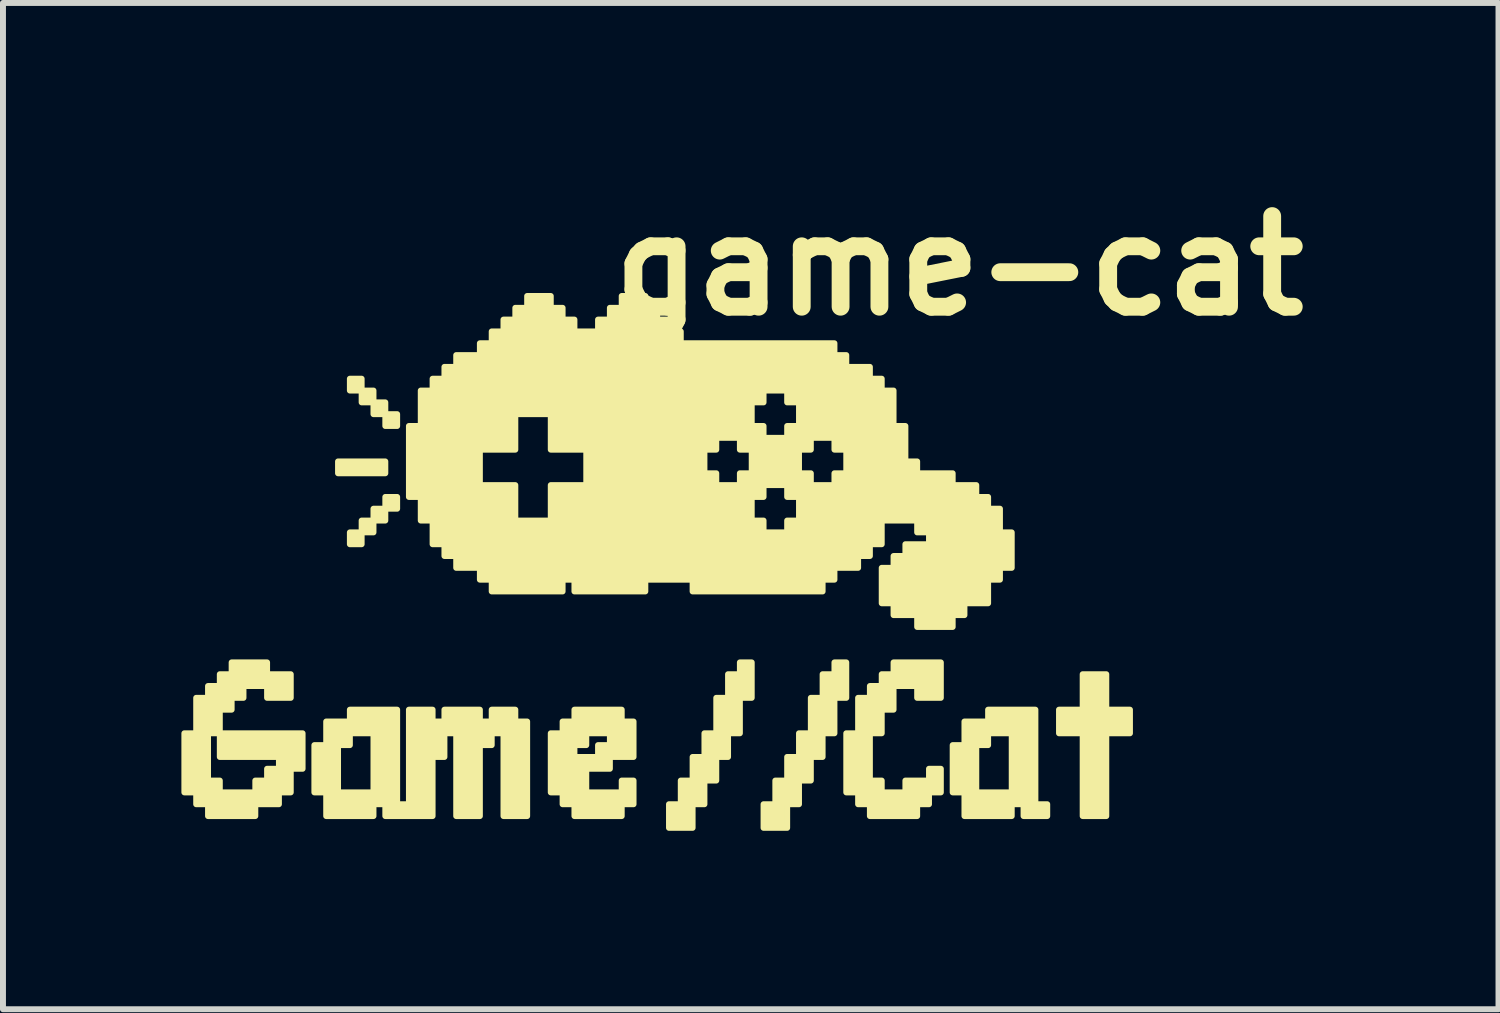
<source format=kicad_pcb>
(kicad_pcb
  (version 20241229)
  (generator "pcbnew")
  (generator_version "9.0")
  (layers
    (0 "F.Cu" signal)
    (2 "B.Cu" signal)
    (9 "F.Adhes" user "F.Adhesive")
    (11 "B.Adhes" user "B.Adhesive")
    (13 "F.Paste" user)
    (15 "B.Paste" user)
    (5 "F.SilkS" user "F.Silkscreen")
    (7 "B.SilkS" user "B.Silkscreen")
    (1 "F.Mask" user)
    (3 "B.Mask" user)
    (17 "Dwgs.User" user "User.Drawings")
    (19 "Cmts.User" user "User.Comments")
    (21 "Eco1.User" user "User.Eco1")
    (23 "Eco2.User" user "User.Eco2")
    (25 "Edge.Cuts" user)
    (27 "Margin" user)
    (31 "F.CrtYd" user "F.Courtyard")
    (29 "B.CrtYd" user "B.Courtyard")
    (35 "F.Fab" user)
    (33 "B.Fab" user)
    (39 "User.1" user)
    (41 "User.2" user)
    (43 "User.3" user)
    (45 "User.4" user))
  (footprint "game-cat"
    (layer "F.Cu")
    (at 8 6.498)
    (property "Reference" "game-cat" (at 5.08 -5.08 0) (layer "F.SilkS") (effects (font (size 1.524 1.524) (thickness 0.3))))
    (attr through_hole)
    (fp_poly (pts (xy -4.969 -2.981) (xy -5.068 -2.981) (xy -5.167 -2.981) (xy -5.167 -3.081) (xy -5.167 -3.18) (xy -5.068 -3.18) (xy -4.969 -3.18) (xy -4.969 -3.081) (xy -4.969 -2.981)) (stroke (width 0.1) (type solid)) (fill yes) (layer "F.SilkS"))
    (fp_poly (pts (xy -4.969 -0.397) (xy -5.068 -0.397) (xy -5.167 -0.397) (xy -5.167 -0.497) (xy -5.167 -0.596) (xy -5.068 -0.596) (xy -4.969 -0.596) (xy -4.969 -0.497) (xy -4.969 -0.397)) (stroke (width 0.1) (type solid)) (fill yes) (layer "F.SilkS"))
    (fp_poly (pts (xy -4.77 -2.782) (xy -4.869 -2.782) (xy -4.969 -2.782) (xy -4.969 -2.882) (xy -4.969 -2.981) (xy -4.869 -2.981) (xy -4.77 -2.981) (xy -4.77 -2.882) (xy -4.77 -2.782)) (stroke (width 0.1) (type solid)) (fill yes) (layer "F.SilkS"))
    (fp_poly (pts (xy -4.77 -0.596) (xy -4.869 -0.596) (xy -4.969 -0.596) (xy -4.969 -0.696) (xy -4.969 -0.795) (xy -4.869 -0.795) (xy -4.77 -0.795) (xy -4.77 -0.696) (xy -4.77 -0.596)) (stroke (width 0.1) (type solid)) (fill yes) (layer "F.SilkS"))
    (fp_poly (pts (xy -4.571 -2.584) (xy -4.671 -2.584) (xy -4.77 -2.584) (xy -4.77 -2.683) (xy -4.77 -2.782) (xy -4.671 -2.782) (xy -4.571 -2.782) (xy -4.571 -2.683) (xy -4.571 -2.584)) (stroke (width 0.1) (type solid)) (fill yes) (layer "F.SilkS"))
    (fp_poly (pts (xy -4.571 -1.59) (xy -4.969 -1.59) (xy -5.366 -1.59) (xy -5.366 -1.689) (xy -5.366 -1.789) (xy -4.969 -1.789) (xy -4.571 -1.789) (xy -4.571 -1.689) (xy -4.571 -1.59)) (stroke (width 0.1) (type solid)) (fill yes) (layer "F.SilkS"))
    (fp_poly (pts (xy -4.571 -0.795) (xy -4.671 -0.795) (xy -4.77 -0.795) (xy -4.77 -0.894) (xy -4.77 -0.994) (xy -4.671 -0.994) (xy -4.571 -0.994) (xy -4.571 -0.894) (xy -4.571 -0.795)) (stroke (width 0.1) (type solid)) (fill yes) (layer "F.SilkS"))
    (fp_poly (pts (xy -4.372 -2.385) (xy -4.472 -2.385) (xy -4.571 -2.385) (xy -4.571 -2.484) (xy -4.571 -2.584) (xy -4.472 -2.584) (xy -4.372 -2.584) (xy -4.372 -2.484) (xy -4.372 -2.385)) (stroke (width 0.1) (type solid)) (fill yes) (layer "F.SilkS"))
    (fp_poly (pts (xy -4.372 -0.994) (xy -4.472 -0.994) (xy -4.571 -0.994) (xy -4.571 -1.093) (xy -4.571 -1.192) (xy -4.472 -1.192) (xy -4.372 -1.192) (xy -4.372 -1.093) (xy -4.372 -0.994)) (stroke (width 0.1) (type solid)) (fill yes) (layer "F.SilkS"))
    (fp_poly (pts (xy 7.95 2.782) (xy 7.751 2.782) (xy 7.552 2.782) (xy 7.552 3.478) (xy 7.552 4.174) (xy 7.354 4.174) (xy 7.155 4.174) (xy 7.155 3.478) (xy 7.155 2.782) (xy 6.956 2.782) (xy 6.757 2.782) (xy 6.757 2.584) (xy 6.757 2.385) (xy 6.956 2.385) (xy 7.155 2.385) (xy 7.155 2.087) (xy 7.155 1.789) (xy 7.354 1.789) (xy 7.552 1.789) (xy 7.552 2.087) (xy 7.552 2.385) (xy 7.751 2.385) (xy 7.95 2.385) (xy 7.95 2.584) (xy 7.95 2.782)) (stroke (width 0.1) (type solid)) (fill yes) (layer "F.SilkS"))
    (fp_poly (pts (xy 6.559 4.174) (xy 6.36 4.174) (xy 6.161 4.174) (xy 6.161 4.074) (xy 6.161 3.975) (xy 6.062 3.975) (xy 5.962 3.975) (xy 5.962 3.776) (xy 5.962 3.279) (xy 5.962 2.782) (xy 5.764 2.782) (xy 5.565 2.782) (xy 5.565 2.882) (xy 5.565 2.981) (xy 5.466 2.981) (xy 5.366 2.981) (xy 5.366 3.379) (xy 5.366 3.776) (xy 5.664 3.776) (xy 5.962 3.776) (xy 5.962 3.975) (xy 5.962 4.074) (xy 5.962 4.174) (xy 5.565 4.174) (xy 5.167 4.174) (xy 5.167 3.975) (xy 5.167 3.776) (xy 5.068 3.776) (xy 4.969 3.776) (xy 4.969 3.379) (xy 4.969 2.981) (xy 5.068 2.981) (xy 5.167 2.981) (xy 5.167 2.782) (xy 5.167 2.584) (xy 5.366 2.584) (xy 5.565 2.584) (xy 5.565 2.484) (xy 5.565 2.385) (xy 5.962 2.385) (xy 6.36 2.385) (xy 6.36 3.18) (xy 6.36 3.975) (xy 6.459 3.975) (xy 6.559 3.975) (xy 6.559 4.074) (xy 6.559 4.174)) (stroke (width 0.1) (type solid)) (fill yes) (layer "F.SilkS"))
    (fp_poly (pts (xy 1.59 2.186) (xy 1.491 2.186) (xy 1.391 2.186) (xy 1.391 2.484) (xy 1.391 2.782) (xy 1.292 2.782) (xy 1.192 2.782) (xy 1.192 2.981) (xy 1.192 3.18) (xy 1.093 3.18) (xy 0.994 3.18) (xy 0.994 3.379) (xy 0.994 3.577) (xy 0.894 3.577) (xy 0.795 3.577) (xy 0.795 3.776) (xy 0.795 3.975) (xy 0.696 3.975) (xy 0.596 3.975) (xy 0.596 4.174) (xy 0.596 4.372) (xy 0.397 4.372) (xy 0.199 4.372) (xy 0.199 4.174) (xy 0.199 3.975) (xy 0.298 3.975) (xy 0.397 3.975) (xy 0.397 3.776) (xy 0.397 3.577) (xy 0.497 3.577) (xy 0.596 3.577) (xy 0.596 3.379) (xy 0.596 3.18) (xy 0.696 3.18) (xy 0.795 3.18) (xy 0.795 2.981) (xy 0.795 2.782) (xy 0.894 2.782) (xy 0.994 2.782) (xy 0.994 2.484) (xy 0.994 2.186) (xy 1.093 2.186) (xy 1.192 2.186) (xy 1.192 1.987) (xy 1.192 1.789) (xy 1.292 1.789) (xy 1.391 1.789) (xy 1.391 1.689) (xy 1.391 1.59) (xy 1.491 1.59) (xy 1.59 1.59) (xy 1.59 1.888) (xy 1.59 2.186)) (stroke (width 0.1) (type solid)) (fill yes) (layer "F.SilkS"))
    (fp_poly (pts (xy 3.18 2.186) (xy 3.081 2.186) (xy 2.981 2.186) (xy 2.981 2.484) (xy 2.981 2.782) (xy 2.882 2.782) (xy 2.782 2.782) (xy 2.782 2.981) (xy 2.782 3.18) (xy 2.683 3.18) (xy 2.584 3.18) (xy 2.584 3.379) (xy 2.584 3.577) (xy 2.484 3.577) (xy 2.385 3.577) (xy 2.385 3.776) (xy 2.385 3.975) (xy 2.286 3.975) (xy 2.186 3.975) (xy 2.186 4.174) (xy 2.186 4.372) (xy 1.987 4.372) (xy 1.789 4.372) (xy 1.789 4.174) (xy 1.789 3.975) (xy 1.888 3.975) (xy 1.987 3.975) (xy 1.987 3.776) (xy 1.987 3.577) (xy 2.087 3.577) (xy 2.186 3.577) (xy 2.186 3.379) (xy 2.186 3.18) (xy 2.286 3.18) (xy 2.385 3.18) (xy 2.385 2.981) (xy 2.385 2.782) (xy 2.484 2.782) (xy 2.584 2.782) (xy 2.584 2.484) (xy 2.584 2.186) (xy 2.683 2.186) (xy 2.782 2.186) (xy 2.782 1.987) (xy 2.782 1.789) (xy 2.882 1.789) (xy 2.981 1.789) (xy 2.981 1.689) (xy 2.981 1.59) (xy 3.081 1.59) (xy 3.18 1.59) (xy 3.18 1.888) (xy 3.18 2.186)) (stroke (width 0.1) (type solid)) (fill yes) (layer "F.SilkS"))
    (fp_poly (pts (xy -0.397 3.975) (xy -0.497 3.975) (xy -0.596 3.975) (xy -0.596 4.074) (xy -0.596 4.174) (xy -0.994 4.174) (xy -1.391 4.174) (xy -1.391 4.074) (xy -1.391 3.975) (xy -1.491 3.975) (xy -1.59 3.975) (xy -1.59 3.876) (xy -1.59 3.776) (xy -1.689 3.776) (xy -1.789 3.776) (xy -1.789 3.279) (xy -1.789 2.782) (xy -1.689 2.782) (xy -1.59 2.782) (xy -1.59 2.683) (xy -1.59 2.584) (xy -1.491 2.584) (xy -1.391 2.584) (xy -1.391 2.484) (xy -1.391 2.385) (xy -0.994 2.385) (xy -0.596 2.385) (xy -0.596 2.484) (xy -0.596 2.584) (xy -0.497 2.584) (xy -0.397 2.584) (xy -0.397 2.882) (xy -0.397 3.18) (xy -0.596 3.18) (xy -0.795 3.18) (xy -0.795 2.981) (xy -0.795 2.882) (xy -0.795 2.782) (xy -0.994 2.782) (xy -1.192 2.782) (xy -1.192 2.882) (xy -1.192 2.981) (xy -1.292 2.981) (xy -1.391 2.981) (xy -1.391 3.081) (xy -1.391 3.18) (xy -1.192 3.18) (xy -0.994 3.18) (xy -0.994 3.081) (xy -0.994 2.981) (xy -0.894 2.981) (xy -0.795 2.981) (xy -0.795 3.18) (xy -0.795 3.279) (xy -0.795 3.379) (xy -0.994 3.379) (xy -1.192 3.379) (xy -1.192 3.577) (xy -1.192 3.776) (xy -0.894 3.776) (xy -0.596 3.776) (xy -0.596 3.677) (xy -0.596 3.577) (xy -0.497 3.577) (xy -0.397 3.577) (xy -0.397 3.776) (xy -0.397 3.975)) (stroke (width 0.1) (type solid)) (fill yes) (layer "F.SilkS"))
    (fp_poly (pts (xy 4.77 3.776) (xy 4.671 3.776) (xy 4.571 3.776) (xy 4.571 3.876) (xy 4.571 3.975) (xy 4.472 3.975) (xy 4.372 3.975) (xy 4.372 4.074) (xy 4.372 4.174) (xy 3.975 4.174) (xy 3.577 4.174) (xy 3.577 4.074) (xy 3.577 3.975) (xy 3.478 3.975) (xy 3.379 3.975) (xy 3.379 3.876) (xy 3.379 3.776) (xy 3.279 3.776) (xy 3.18 3.776) (xy 3.18 3.279) (xy 3.18 2.782) (xy 3.279 2.782) (xy 3.379 2.782) (xy 3.379 2.484) (xy 3.379 2.186) (xy 3.478 2.186) (xy 3.577 2.186) (xy 3.577 2.087) (xy 3.577 1.987) (xy 3.677 1.987) (xy 3.776 1.987) (xy 3.776 1.888) (xy 3.776 1.789) (xy 3.876 1.789) (xy 3.975 1.789) (xy 3.975 1.689) (xy 3.975 1.59) (xy 4.372 1.59) (xy 4.77 1.59) (xy 4.77 1.888) (xy 4.77 2.186) (xy 4.571 2.186) (xy 4.372 2.186) (xy 4.372 2.087) (xy 4.372 1.987) (xy 4.174 1.987) (xy 3.975 1.987) (xy 3.975 2.186) (xy 3.975 2.385) (xy 3.876 2.385) (xy 3.776 2.385) (xy 3.776 2.584) (xy 3.776 2.782) (xy 3.677 2.782) (xy 3.577 2.782) (xy 3.577 3.18) (xy 3.577 3.577) (xy 3.677 3.577) (xy 3.776 3.577) (xy 3.776 3.677) (xy 3.776 3.776) (xy 3.975 3.776) (xy 4.174 3.776) (xy 4.174 3.677) (xy 4.174 3.577) (xy 4.372 3.577) (xy 4.571 3.577) (xy 4.571 3.478) (xy 4.571 3.379) (xy 4.671 3.379) (xy 4.77 3.379) (xy 4.77 3.577) (xy 4.77 3.776)) (stroke (width 0.1) (type solid)) (fill yes) (layer "F.SilkS"))
    (fp_poly (pts (xy -5.962 3.379) (xy -6.062 3.379) (xy -6.161 3.379) (xy -6.161 3.577) (xy -6.161 3.776) (xy -6.261 3.776) (xy -6.36 3.776) (xy -6.36 3.876) (xy -6.36 3.975) (xy -6.559 3.975) (xy -6.757 3.975) (xy -6.757 4.074) (xy -6.757 4.174) (xy -7.155 4.174) (xy -7.552 4.174) (xy -7.552 4.074) (xy -7.552 3.975) (xy -7.652 3.975) (xy -7.751 3.975) (xy -7.751 3.876) (xy -7.751 3.776) (xy -7.851 3.776) (xy -7.95 3.776) (xy -7.95 3.279) (xy -7.95 2.782) (xy -7.851 2.782) (xy -7.751 2.782) (xy -7.751 2.484) (xy -7.751 2.186) (xy -7.652 2.186) (xy -7.552 2.186) (xy -7.552 2.087) (xy -7.552 1.987) (xy -7.453 1.987) (xy -7.354 1.987) (xy -7.354 1.888) (xy -7.354 1.789) (xy -7.254 1.789) (xy -7.155 1.789) (xy -7.155 1.689) (xy -7.155 1.59) (xy -6.857 1.59) (xy -6.559 1.59) (xy -6.559 1.689) (xy -6.559 1.789) (xy -6.36 1.789) (xy -6.161 1.789) (xy -6.161 1.987) (xy -6.161 2.186) (xy -6.36 2.186) (xy -6.559 2.186) (xy -6.559 2.087) (xy -6.559 1.987) (xy -6.757 1.987) (xy -6.956 1.987) (xy -6.956 2.087) (xy -6.956 2.186) (xy -7.056 2.186) (xy -7.155 2.186) (xy -7.155 2.286) (xy -7.155 2.385) (xy -7.254 2.385) (xy -7.354 2.385) (xy -7.354 2.584) (xy -7.354 2.782) (xy -7.453 2.782) (xy -7.552 2.782) (xy -7.552 3.18) (xy -7.552 3.577) (xy -7.453 3.577) (xy -7.354 3.577) (xy -7.354 3.677) (xy -7.354 3.776) (xy -7.056 3.776) (xy -6.757 3.776) (xy -6.757 3.677) (xy -6.757 3.577) (xy -6.658 3.577) (xy -6.559 3.577) (xy -6.559 3.478) (xy -6.559 3.379) (xy -6.459 3.379) (xy -6.36 3.379) (xy -6.36 3.279) (xy -6.36 3.18) (xy -6.857 3.18) (xy -7.354 3.18) (xy -7.354 2.981) (xy -7.354 2.782) (xy -6.658 2.782) (xy -5.962 2.782) (xy -5.962 3.081) (xy -5.962 3.379)) (stroke (width 0.1) (type solid)) (fill yes) (layer "F.SilkS"))
    (fp_poly (pts (xy -2.186 4.174) (xy -2.385 4.174) (xy -2.584 4.174) (xy -2.584 3.478) (xy -2.584 2.782) (xy -2.683 2.782) (xy -2.782 2.782) (xy -2.782 2.882) (xy -2.782 2.981) (xy -2.882 2.981) (xy -2.981 2.981) (xy -2.981 3.577) (xy -2.981 4.174) (xy -3.18 4.174) (xy -3.379 4.174) (xy -3.379 3.478) (xy -3.379 2.782) (xy -3.478 2.782) (xy -3.577 2.782) (xy -3.577 2.981) (xy -3.577 3.18) (xy -3.677 3.18) (xy -3.776 3.18) (xy -3.776 3.677) (xy -3.776 4.174) (xy -4.174 4.174) (xy -4.571 4.174) (xy -4.571 4.074) (xy -4.571 3.975) (xy -4.671 3.975) (xy -4.77 3.975) (xy -4.77 3.776) (xy -4.77 3.279) (xy -4.77 2.782) (xy -4.969 2.782) (xy -5.167 2.782) (xy -5.167 2.882) (xy -5.167 2.981) (xy -5.267 2.981) (xy -5.366 2.981) (xy -5.366 3.379) (xy -5.366 3.776) (xy -5.068 3.776) (xy -4.77 3.776) (xy -4.77 3.975) (xy -4.77 4.074) (xy -4.77 4.174) (xy -5.167 4.174) (xy -5.565 4.174) (xy -5.565 3.975) (xy -5.565 3.776) (xy -5.664 3.776) (xy -5.764 3.776) (xy -5.764 3.379) (xy -5.764 2.981) (xy -5.664 2.981) (xy -5.565 2.981) (xy -5.565 2.782) (xy -5.565 2.584) (xy -5.366 2.584) (xy -5.167 2.584) (xy -5.167 2.484) (xy -5.167 2.385) (xy -4.77 2.385) (xy -4.372 2.385) (xy -4.372 3.18) (xy -4.372 3.975) (xy -4.273 3.975) (xy -4.174 3.975) (xy -4.174 3.18) (xy -4.174 2.385) (xy -3.975 2.385) (xy -3.776 2.385) (xy -3.776 2.484) (xy -3.776 2.584) (xy -3.677 2.584) (xy -3.577 2.584) (xy -3.577 2.484) (xy -3.577 2.385) (xy -3.279 2.385) (xy -2.981 2.385) (xy -2.981 2.484) (xy -2.981 2.584) (xy -2.882 2.584) (xy -2.782 2.584) (xy -2.782 2.484) (xy -2.782 2.385) (xy -2.584 2.385) (xy -2.385 2.385) (xy -2.385 2.484) (xy -2.385 2.584) (xy -2.286 2.584) (xy -2.186 2.584) (xy -2.186 3.379) (xy -2.186 4.174)) (stroke (width 0.1) (type solid)) (fill yes) (layer "F.SilkS"))
    (fp_poly (pts (xy 5.962 0) (xy 5.863 0) (xy 5.764 0) (xy 5.764 0.099) (xy 5.764 0.199) (xy 5.664 0.199) (xy 5.565 0.199) (xy 5.565 0.397) (xy 5.565 0.596) (xy 5.366 0.596) (xy 5.167 0.596) (xy 5.167 0.696) (xy 5.167 0.795) (xy 5.068 0.795) (xy 4.969 0.795) (xy 4.969 0.894) (xy 4.969 0.994) (xy 4.671 0.994) (xy 4.372 0.994) (xy 4.372 0.894) (xy 4.372 0.795) (xy 4.174 0.795) (xy 3.975 0.795) (xy 3.975 0.696) (xy 3.975 0.596) (xy 3.876 0.596) (xy 3.776 0.596) (xy 3.776 0.298) (xy 3.776 0) (xy 3.876 0) (xy 3.975 0) (xy 3.975 -0.099) (xy 3.975 -0.199) (xy 4.074 -0.199) (xy 4.174 -0.199) (xy 4.174 -0.298) (xy 4.174 -0.397) (xy 4.372 -0.397) (xy 4.571 -0.397) (xy 4.571 -0.497) (xy 4.571 -0.596) (xy 4.472 -0.596) (xy 4.372 -0.596) (xy 4.372 -0.696) (xy 4.372 -0.795) (xy 4.074 -0.795) (xy 3.776 -0.795) (xy 3.776 -0.596) (xy 3.776 -0.397) (xy 3.677 -0.397) (xy 3.577 -0.397) (xy 3.577 -0.298) (xy 3.577 -0.199) (xy 3.478 -0.199) (xy 3.379 -0.199) (xy 3.379 -0.099) (xy 3.379 0) (xy 3.18 0) (xy 3.18 -1.59) (xy 3.18 -1.789) (xy 3.18 -1.987) (xy 3.081 -1.987) (xy 2.981 -1.987) (xy 2.981 -2.087) (xy 2.981 -2.186) (xy 2.782 -2.186) (xy 2.584 -2.186) (xy 2.584 -2.087) (xy 2.584 -1.987) (xy 2.484 -1.987) (xy 2.385 -1.987) (xy 2.385 -2.385) (xy 2.385 -2.584) (xy 2.385 -2.782) (xy 2.286 -2.782) (xy 2.186 -2.782) (xy 2.186 -2.882) (xy 2.186 -2.981) (xy 1.987 -2.981) (xy 1.789 -2.981) (xy 1.789 -2.882) (xy 1.789 -2.782) (xy 1.689 -2.782) (xy 1.59 -2.782) (xy 1.59 -2.584) (xy 1.59 -2.385) (xy 1.689 -2.385) (xy 1.789 -2.385) (xy 1.789 -2.286) (xy 1.789 -2.186) (xy 1.987 -2.186) (xy 2.186 -2.186) (xy 2.186 -2.286) (xy 2.186 -2.385) (xy 2.286 -2.385) (xy 2.385 -2.385) (xy 2.385 -1.987) (xy 2.385 -1.789) (xy 2.385 -1.59) (xy 2.484 -1.59) (xy 2.584 -1.59) (xy 2.584 -1.491) (xy 2.584 -1.391) (xy 2.782 -1.391) (xy 2.981 -1.391) (xy 2.981 -1.491) (xy 2.981 -1.59) (xy 3.081 -1.59) (xy 3.18 -1.59) (xy 3.18 0) (xy 2.981 0) (xy 2.981 0.099) (xy 2.981 0.199) (xy 2.882 0.199) (xy 2.782 0.199) (xy 2.782 0.298) (xy 2.782 0.397) (xy 2.385 0.397) (xy 2.385 -0.795) (xy 2.385 -0.994) (xy 2.385 -1.192) (xy 2.286 -1.192) (xy 2.186 -1.192) (xy 2.186 -1.292) (xy 2.186 -1.391) (xy 1.987 -1.391) (xy 1.789 -1.391) (xy 1.789 -1.292) (xy 1.789 -1.192) (xy 1.689 -1.192) (xy 1.59 -1.192) (xy 1.59 -1.59) (xy 1.59 -1.789) (xy 1.59 -1.987) (xy 1.491 -1.987) (xy 1.391 -1.987) (xy 1.391 -2.087) (xy 1.391 -2.186) (xy 1.192 -2.186) (xy 0.994 -2.186) (xy 0.994 -2.087) (xy 0.994 -1.987) (xy 0.894 -1.987) (xy 0.795 -1.987) (xy 0.795 -1.789) (xy 0.795 -1.59) (xy 0.894 -1.59) (xy 0.994 -1.59) (xy 0.994 -1.491) (xy 0.994 -1.391) (xy 1.192 -1.391) (xy 1.391 -1.391) (xy 1.391 -1.491) (xy 1.391 -1.59) (xy 1.491 -1.59) (xy 1.59 -1.59) (xy 1.59 -1.192) (xy 1.59 -0.994) (xy 1.59 -0.795) (xy 1.689 -0.795) (xy 1.789 -0.795) (xy 1.789 -0.696) (xy 1.789 -0.596) (xy 1.987 -0.596) (xy 2.186 -0.596) (xy 2.186 -0.696) (xy 2.186 -0.795) (xy 2.286 -0.795) (xy 2.385 -0.795) (xy 2.385 0.397) (xy 1.689 0.397) (xy 0.596 0.397) (xy 0.596 0.298) (xy 0.596 0.199) (xy 0.199 0.199) (xy -0.199 0.199) (xy -0.199 0.298) (xy -0.199 0.397) (xy -0.795 0.397) (xy -1.192 0.397) (xy -1.192 -1.391) (xy -1.192 -1.689) (xy -1.192 -1.987) (xy -1.491 -1.987) (xy -1.789 -1.987) (xy -1.789 -2.286) (xy -1.789 -2.584) (xy -2.087 -2.584) (xy -2.385 -2.584) (xy -2.385 -2.286) (xy -2.385 -1.987) (xy -2.683 -1.987) (xy -2.981 -1.987) (xy -2.981 -1.689) (xy -2.981 -1.391) (xy -2.683 -1.391) (xy -2.385 -1.391) (xy -2.385 -1.093) (xy -2.385 -0.795) (xy -2.087 -0.795) (xy -1.789 -0.795) (xy -1.789 -1.093) (xy -1.789 -1.391) (xy -1.491 -1.391) (xy -1.192 -1.391) (xy -1.192 0.397) (xy -1.391 0.397) (xy -1.391 0.298) (xy -1.391 0.199) (xy -1.491 0.199) (xy -1.59 0.199) (xy -1.59 0.298) (xy -1.59 0.397) (xy -2.186 0.397) (xy -2.782 0.397) (xy -2.782 0.298) (xy -2.782 0.199) (xy -2.882 0.199) (xy -2.981 0.199) (xy -2.981 0.099) (xy -2.981 0) (xy -3.18 0) (xy -3.379 0) (xy -3.379 -0.099) (xy -3.379 -0.199) (xy -3.478 -0.199) (xy -3.577 -0.199) (xy -3.577 -0.298) (xy -3.577 -0.397) (xy -3.677 -0.397) (xy -3.776 -0.397) (xy -3.776 -0.596) (xy -3.776 -0.795) (xy -3.876 -0.795) (xy -3.975 -0.795) (xy -3.975 -0.994) (xy -3.975 -1.192) (xy -4.074 -1.192) (xy -4.174 -1.192) (xy -4.174 -1.789) (xy -4.174 -2.385) (xy -4.074 -2.385) (xy -3.975 -2.385) (xy -3.975 -2.683) (xy -3.975 -2.981) (xy -3.876 -2.981) (xy -3.776 -2.981) (xy -3.776 -3.081) (xy -3.776 -3.18) (xy -3.677 -3.18) (xy -3.577 -3.18) (xy -3.577 -3.279) (xy -3.577 -3.379) (xy -3.478 -3.379) (xy -3.379 -3.379) (xy -3.379 -3.478) (xy -3.379 -3.577) (xy -3.18 -3.577) (xy -2.981 -3.577) (xy -2.981 -3.677) (xy -2.981 -3.776) (xy -2.882 -3.776) (xy -2.782 -3.776) (xy -2.782 -3.876) (xy -2.782 -3.975) (xy -2.683 -3.975) (xy -2.584 -3.975) (xy -2.584 -4.074) (xy -2.584 -4.174) (xy -2.484 -4.174) (xy -2.385 -4.174) (xy -2.385 -4.273) (xy -2.385 -4.372) (xy -2.286 -4.372) (xy -2.186 -4.372) (xy -2.186 -4.472) (xy -2.186 -4.571) (xy -1.987 -4.571) (xy -1.789 -4.571) (xy -1.789 -4.472) (xy -1.789 -4.372) (xy -1.689 -4.372) (xy -1.59 -4.372) (xy -1.59 -4.273) (xy -1.59 -4.174) (xy -1.491 -4.174) (xy -1.391 -4.174) (xy -1.391 -4.074) (xy -1.391 -3.975) (xy -1.192 -3.975) (xy -0.994 -3.975) (xy -0.994 -4.074) (xy -0.994 -4.174) (xy -0.894 -4.174) (xy -0.795 -4.174) (xy -0.795 -4.273) (xy -0.795 -4.372) (xy -0.696 -4.372) (xy -0.596 -4.372) (xy -0.596 -4.472) (xy -0.596 -4.571) (xy -0.397 -4.571) (xy -0.199 -4.571) (xy -0.199 -4.472) (xy -0.199 -4.372) (xy -0.099 -4.372) (xy 0 -4.372) (xy 0 -4.273) (xy 0 -4.174) (xy 0.099 -4.174) (xy 0.199 -4.174) (xy 0.199 -4.074) (xy 0.199 -3.975) (xy 0.298 -3.975) (xy 0.397 -3.975) (xy 0.397 -3.876) (xy 0.397 -3.776) (xy 1.689 -3.776) (xy 2.981 -3.776) (xy 2.981 -3.677) (xy 2.981 -3.577) (xy 3.081 -3.577) (xy 3.18 -3.577) (xy 3.18 -3.478) (xy 3.18 -3.379) (xy 3.379 -3.379) (xy 3.577 -3.379) (xy 3.577 -3.279) (xy 3.577 -3.18) (xy 3.677 -3.18) (xy 3.776 -3.18) (xy 3.776 -3.081) (xy 3.776 -2.981) (xy 3.876 -2.981) (xy 3.975 -2.981) (xy 3.975 -2.683) (xy 3.975 -2.385) (xy 4.074 -2.385) (xy 4.174 -2.385) (xy 4.174 -2.087) (xy 4.174 -1.789) (xy 4.273 -1.789) (xy 4.372 -1.789) (xy 4.372 -1.689) (xy 4.372 -1.59) (xy 4.671 -1.59) (xy 4.969 -1.59) (xy 4.969 -1.491) (xy 4.969 -1.391) (xy 5.167 -1.391) (xy 5.366 -1.391) (xy 5.366 -1.292) (xy 5.366 -1.192) (xy 5.466 -1.192) (xy 5.565 -1.192) (xy 5.565 -1.093) (xy 5.565 -0.994) (xy 5.664 -0.994) (xy 5.764 -0.994) (xy 5.764 -0.795) (xy 5.764 -0.596) (xy 5.863 -0.596) (xy 5.962 -0.596) (xy 5.962 -0.298) (xy 5.962 0)) (stroke (width 0.1) (type solid)) (fill yes) (layer "F.SilkS")))
  (gr_rect
    (start -3 -3)
    (end 22.147 13.92)
    (stroke (width 0.1) (type default))
    (fill no)
    (layer "Edge.Cuts")))
</source>
